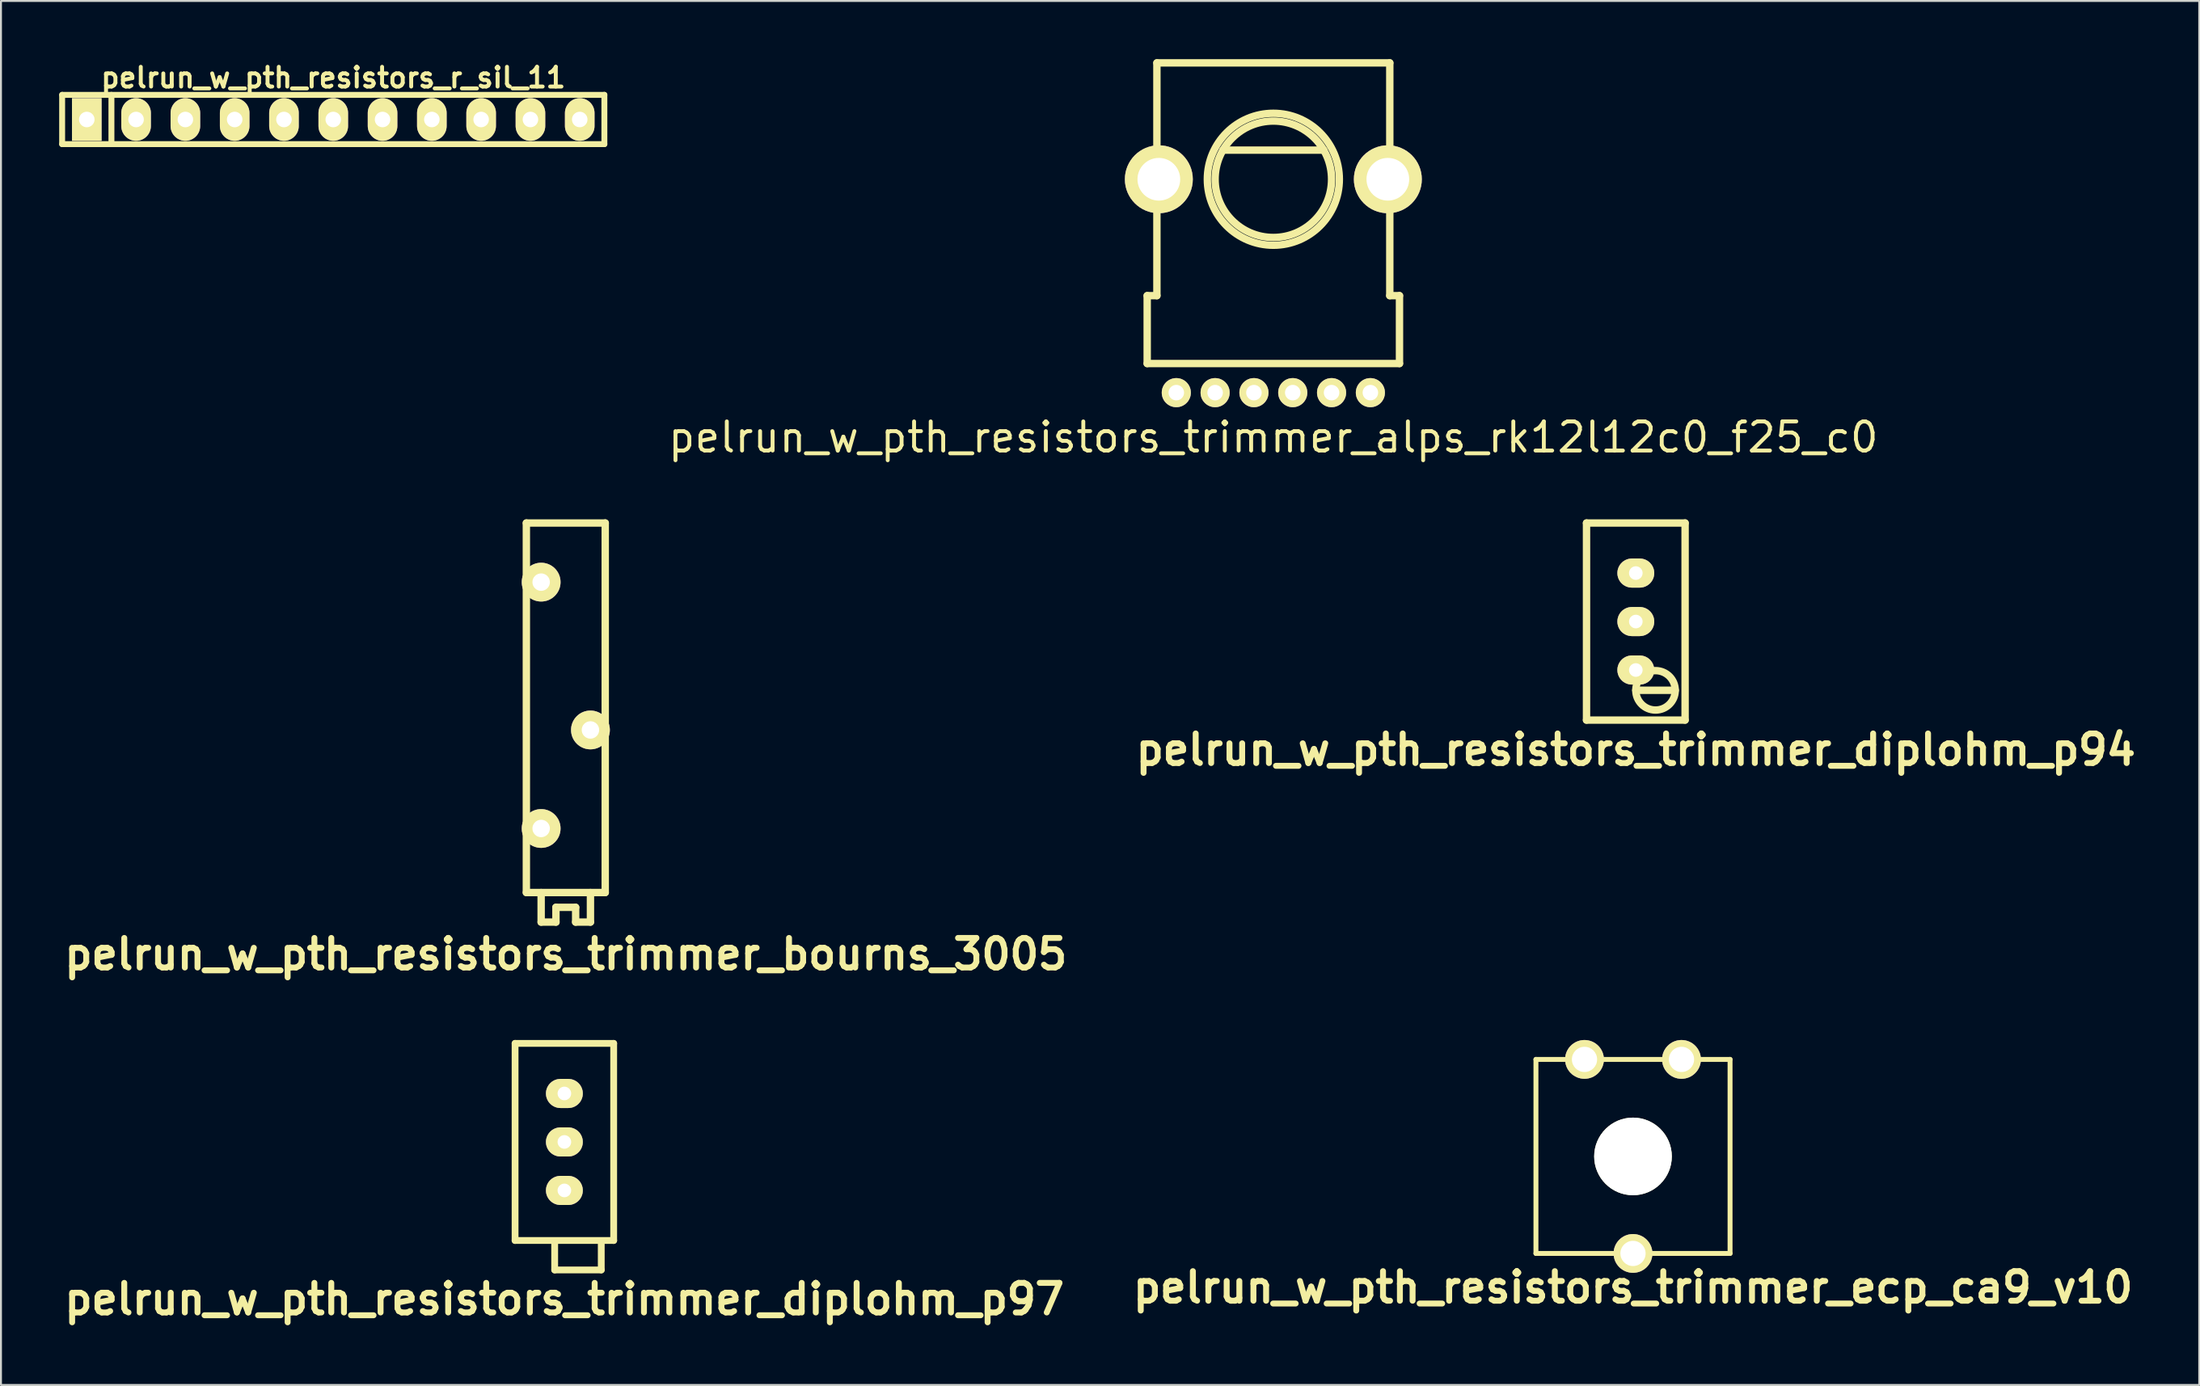
<source format=kicad_pcb>
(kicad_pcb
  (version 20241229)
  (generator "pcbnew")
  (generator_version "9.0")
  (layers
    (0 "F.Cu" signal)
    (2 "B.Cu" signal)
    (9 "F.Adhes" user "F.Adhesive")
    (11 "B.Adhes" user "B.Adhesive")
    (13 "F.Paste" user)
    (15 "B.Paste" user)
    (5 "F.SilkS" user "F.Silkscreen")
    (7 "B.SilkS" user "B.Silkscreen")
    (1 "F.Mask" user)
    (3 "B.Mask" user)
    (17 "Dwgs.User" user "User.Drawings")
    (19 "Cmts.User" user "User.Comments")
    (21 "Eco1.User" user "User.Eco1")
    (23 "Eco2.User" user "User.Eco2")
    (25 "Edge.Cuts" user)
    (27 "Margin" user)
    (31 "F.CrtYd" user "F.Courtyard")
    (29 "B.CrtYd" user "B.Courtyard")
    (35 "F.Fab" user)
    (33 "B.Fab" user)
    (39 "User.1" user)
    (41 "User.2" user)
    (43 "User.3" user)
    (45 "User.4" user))
  (footprint "pelrun_w_pth_resistors_trimmer_alps_rk12l12c0_f25_c0"
    (layer "F.Cu")
    (at 62.562 6.191)
    (property "Reference" "pelrun_w_pth_resistors_trimmer_alps_rk12l12c0_f25_c0" (at 0 13.3 0) (layer "F.SilkS") (effects (font (size 1.501 1.501) (thickness 0.201))))
    (attr through_hole)
    (fp_line (start -6.5 6) (end -6.5 9.5) (stroke (width 0.381) (type solid)) (layer "F.SilkS"))
    (fp_line (start -6.5 9.5) (end 6.5 9.5) (stroke (width 0.381) (type solid)) (layer "F.SilkS"))
    (fp_line (start -6 -6) (end -6 6) (stroke (width 0.381) (type solid)) (layer "F.SilkS"))
    (fp_line (start -6 -6) (end 6 -6) (stroke (width 0.381) (type solid)) (layer "F.SilkS"))
    (fp_line (start -6 6) (end -6.5 6) (stroke (width 0.381) (type solid)) (layer "F.SilkS"))
    (fp_line (start -2.601 -1.501) (end 2.601 -1.501) (stroke (width 0.381) (type solid)) (layer "F.SilkS"))
    (fp_line (start 6 -6) (end 6 6) (stroke (width 0.381) (type solid)) (layer "F.SilkS"))
    (fp_line (start 6.5 6) (end 6 6) (stroke (width 0.381) (type solid)) (layer "F.SilkS"))
    (fp_line (start 6.5 9.5) (end 6.5 6) (stroke (width 0.381) (type solid)) (layer "F.SilkS"))
    (fp_circle (center 0 0) (end -3.401 0) (stroke (width 0.381) (type solid)) (fill no) (layer "F.SilkS"))
    (fp_circle (center 0 0) (end -3 0) (stroke (width 0.381) (type solid)) (fill no) (layer "F.SilkS"))
    (pad "" thru_hole circle (at -5.9 0) (size 3.5 3.5) (drill 2.2) (layers "*.Cu" "*.Mask" "F.SilkS"))
    (pad "" thru_hole circle (at 5.9 0) (size 3.5 3.5) (drill 2.2) (layers "*.Cu" "*.Mask" "F.SilkS"))
    (pad "1" thru_hole oval (at -1 11) (size 1.5 1.5) (drill 0.8) (layers "*.Cu" "*.Mask" "F.SilkS"))
    (pad "2" thru_hole oval (at 1 11) (size 1.5 1.5) (drill 0.8) (layers "*.Cu" "*.Mask" "F.SilkS"))
    (pad "3" thru_hole oval (at 3 11) (size 1.5 1.5) (drill 0.8) (layers "*.Cu" "*.Mask" "F.SilkS"))
    (pad "4" thru_hole oval (at -3 11) (size 1.5 1.5) (drill 0.8) (layers "*.Cu" "*.Mask" "F.SilkS"))
    (pad "5" thru_hole oval (at -5 11) (size 1.5 1.5) (drill 0.8) (layers "*.Cu" "*.Mask" "F.SilkS"))
    (pad "6" thru_hole oval (at 5 11) (size 1.5 1.5) (drill 0.8) (layers "*.Cu" "*.Mask" "F.SilkS")))
  (footprint "pelrun_w_pth_resistors_r_sil_11"
    (layer "F.Cu")
    (at 14.122 3.11)
    (property "Reference" "pelrun_w_pth_resistors_r_sil_11" (at 0 -2.159 0) (layer "F.SilkS") (effects (font (size 1.016 1.016) (thickness 0.203))))
    (attr through_hole)
    (fp_line (start -13.97 -1.27) (end -13.97 1.27) (stroke (width 0.305) (type solid)) (layer "F.SilkS"))
    (fp_line (start -13.97 -1.27) (end 13.97 -1.27) (stroke (width 0.305) (type solid)) (layer "F.SilkS"))
    (fp_line (start -11.43 1.27) (end -11.43 -1.27) (stroke (width 0.305) (type solid)) (layer "F.SilkS"))
    (fp_line (start 13.97 -1.27) (end 13.97 1.27) (stroke (width 0.305) (type solid)) (layer "F.SilkS"))
    (fp_line (start 13.97 1.27) (end -13.97 1.27) (stroke (width 0.305) (type solid)) (layer "F.SilkS"))
    (pad "1" thru_hole rect (at -12.7 0) (size 1.524 2.197) (drill 0.8) (layers "*.Cu" "*.Mask" "F.SilkS"))
    (pad "2" thru_hole oval (at -10.16 0) (size 1.524 2.197) (drill 0.8) (layers "*.Cu" "*.Mask" "F.SilkS"))
    (pad "3" thru_hole oval (at -7.62 0) (size 1.524 2.197) (drill 0.8) (layers "*.Cu" "*.Mask" "F.SilkS"))
    (pad "4" thru_hole oval (at -5.08 0) (size 1.524 2.197) (drill 0.8) (layers "*.Cu" "*.Mask" "F.SilkS"))
    (pad "5" thru_hole oval (at -2.54 0) (size 1.524 2.197) (drill 0.8) (layers "*.Cu" "*.Mask" "F.SilkS"))
    (pad "6" thru_hole oval (at 0 0) (size 1.524 2.197) (drill 0.8) (layers "*.Cu" "*.Mask" "F.SilkS"))
    (pad "7" thru_hole oval (at 2.54 0) (size 1.524 2.197) (drill 0.8) (layers "*.Cu" "*.Mask" "F.SilkS"))
    (pad "8" thru_hole oval (at 5.08 0) (size 1.524 2.197) (drill 0.8) (layers "*.Cu" "*.Mask" "F.SilkS"))
    (pad "9" thru_hole oval (at 7.62 0) (size 1.524 2.197) (drill 0.8) (layers "*.Cu" "*.Mask" "F.SilkS"))
    (pad "10" thru_hole oval (at 10.16 0) (size 1.524 2.197) (drill 0.8) (layers "*.Cu" "*.Mask" "F.SilkS"))
    (pad "11" thru_hole oval (at 12.7 0) (size 1.524 2.197) (drill 0.8) (layers "*.Cu" "*.Mask" "F.SilkS")))
  (footprint "pelrun_w_pth_resistors_trimmer_diplohm_p94"
    (layer "F.Cu")
    (at 81.239 28.991)
    (property "Reference" "pelrun_w_pth_resistors_trimmer_diplohm_p94" (at 0 6.604 0) (layer "F.SilkS") (effects (font (size 1.524 1.524) (thickness 0.305))))
    (attr through_hole)
    (fp_line (start -2.54 5.08) (end -2.54 -5.08) (stroke (width 0.381) (type solid)) (layer "F.SilkS"))
    (fp_line (start 0 3.543) (end 2.032 3.543) (stroke (width 0.381) (type solid)) (layer "F.SilkS"))
    (fp_line (start 2.54 -5.08) (end -2.54 -5.08) (stroke (width 0.381) (type solid)) (layer "F.SilkS"))
    (fp_line (start 2.54 -5.08) (end 2.54 5.08) (stroke (width 0.381) (type solid)) (layer "F.SilkS"))
    (fp_line (start 2.54 5.08) (end -2.54 5.08) (stroke (width 0.381) (type solid)) (layer "F.SilkS"))
    (fp_circle (center 1.016 3.546) (end 2.032 3.546) (stroke (width 0.381) (type solid)) (fill no) (layer "F.SilkS"))
    (pad "1" thru_hole oval (at 0 2.499) (size 1.9 1.501) (drill 0.701) (layers "*.Cu" "*.Mask" "F.SilkS"))
    (pad "2" thru_hole oval (at 0 0) (size 1.9 1.501) (drill 0.701) (layers "*.Cu" "*.Mask" "F.SilkS"))
    (pad "3" thru_hole oval (at 0 -2.499) (size 1.9 1.501) (drill 0.701) (layers "*.Cu" "*.Mask" "F.SilkS")))
  (footprint "pelrun_w_pth_resistors_trimmer_ecp_ca9_v10"
    (layer "F.Cu")
    (at 81.094 56.564)
    (property "Reference" "pelrun_w_pth_resistors_trimmer_ecp_ca9_v10" (at 0 6.749 0) (layer "F.SilkS") (effects (font (size 1.524 1.524) (thickness 0.305))))
    (attr through_hole)
    (fp_line (start -5.001 -5.001) (end -5.001 5.001) (stroke (width 0.254) (type solid)) (layer "F.SilkS"))
    (fp_line (start -5.001 5.001) (end 5.001 5.001) (stroke (width 0.254) (type solid)) (layer "F.SilkS"))
    (fp_line (start -1.001 -0.249) (end -0.5 -0.249) (stroke (width 0.254) (type solid)) (layer "F.SilkS"))
    (fp_line (start -0.5 -1.001) (end 0.5 -1.001) (stroke (width 0.254) (type solid)) (layer "F.SilkS"))
    (fp_line (start -0.5 -0.249) (end -0.5 -1.001) (stroke (width 0.254) (type solid)) (layer "F.SilkS"))
    (fp_line (start -0.5 0.249) (end -1.001 -0.249) (stroke (width 0.254) (type solid)) (layer "F.SilkS"))
    (fp_line (start -0.5 1.001) (end -0.5 0.249) (stroke (width 0.254) (type solid)) (layer "F.SilkS"))
    (fp_line (start 0.5 -1.001) (end 0.5 -0.249) (stroke (width 0.254) (type solid)) (layer "F.SilkS"))
    (fp_line (start 0.5 -0.249) (end 1.001 -0.249) (stroke (width 0.254) (type solid)) (layer "F.SilkS"))
    (fp_line (start 0.5 0.249) (end 0.5 1.001) (stroke (width 0.254) (type solid)) (layer "F.SilkS"))
    (fp_line (start 0.5 1.001) (end -0.5 1.001) (stroke (width 0.254) (type solid)) (layer "F.SilkS"))
    (fp_line (start 1.001 -0.249) (end 0.5 0.249) (stroke (width 0.254) (type solid)) (layer "F.SilkS"))
    (fp_line (start 5.001 -5.001) (end -5.001 -5.001) (stroke (width 0.254) (type solid)) (layer "F.SilkS"))
    (fp_line (start 5.001 5.001) (end 5.001 -5.001) (stroke (width 0.254) (type solid)) (layer "F.SilkS"))
    (fp_circle (center 0 0) (end -1.501 0) (stroke (width 0.254) (type solid)) (fill no) (layer "F.SilkS"))
    (pad "" np_thru_hole circle (at 0 0) (size 4 4) (drill 4) (layers "*.Cu" "*.Mask" "F.SilkS"))
    (pad "1" thru_hole circle (at 2.499 -5.001) (size 1.999 1.999) (drill 1.3) (layers "*.Cu" "*.Mask" "F.SilkS"))
    (pad "2" thru_hole circle (at 0 5.001) (size 1.999 1.999) (drill 1.3) (layers "*.Cu" "*.Mask" "F.SilkS"))
    (pad "3" thru_hole circle (at -2.499 -5.001) (size 1.999 1.999) (drill 1.3) (layers "*.Cu" "*.Mask" "F.SilkS")))
  (footprint "pelrun_w_pth_resistors_trimmer_diplohm_p97"
    (layer "F.Cu")
    (at 26.031 55.818)
    (property "Reference" "pelrun_w_pth_resistors_trimmer_diplohm_p97" (at 0 8.1 0) (layer "F.SilkS") (effects (font (size 1.524 1.524) (thickness 0.305))))
    (attr through_hole)
    (fp_line (start -2.54 5.08) (end -2.54 -5.08) (stroke (width 0.351) (type solid)) (layer "F.SilkS"))
    (fp_line (start -0.5 5.1) (end -0.5 6.599) (stroke (width 0.351) (type solid)) (layer "F.SilkS"))
    (fp_line (start -0.498 6.599) (end 1.9 6.599) (stroke (width 0.351) (type solid)) (layer "F.SilkS"))
    (fp_line (start 1.9 6.599) (end 1.9 5.1) (stroke (width 0.351) (type solid)) (layer "F.SilkS"))
    (fp_line (start 2.54 -5.08) (end -2.54 -5.08) (stroke (width 0.351) (type solid)) (layer "F.SilkS"))
    (fp_line (start 2.54 -5.08) (end 2.54 5.08) (stroke (width 0.351) (type solid)) (layer "F.SilkS"))
    (fp_line (start 2.54 5.08) (end -2.54 5.08) (stroke (width 0.351) (type solid)) (layer "F.SilkS"))
    (pad "1" thru_hole oval (at 0 -2.499) (size 1.9 1.501) (drill 0.701) (layers "*.Cu" "*.Mask" "F.SilkS"))
    (pad "2" thru_hole oval (at 0 0) (size 1.9 1.501) (drill 0.701) (layers "*.Cu" "*.Mask" "F.SilkS"))
    (pad "3" thru_hole oval (at 0 2.499) (size 1.9 1.501) (drill 0.701) (layers "*.Cu" "*.Mask" "F.SilkS")))
  (footprint "pelrun_w_pth_resistors_trimmer_bourns_3005"
    (layer "F.Cu")
    (at 26.104 33.436)
    (property "Reference" "pelrun_w_pth_resistors_trimmer_bourns_3005" (at 0 12.7 0) (layer "F.SilkS") (effects (font (size 1.524 1.524) (thickness 0.305))))
    (attr through_hole)
    (fp_line (start -2.032 -9.525) (end -2.032 9.525) (stroke (width 0.381) (type solid)) (layer "F.SilkS"))
    (fp_line (start -2.032 9.525) (end 2.032 9.525) (stroke (width 0.381) (type solid)) (layer "F.SilkS"))
    (fp_line (start -1.27 9.525) (end -1.27 11.049) (stroke (width 0.381) (type solid)) (layer "F.SilkS"))
    (fp_line (start -0.508 10.287) (end 0.508 10.287) (stroke (width 0.381) (type solid)) (layer "F.SilkS"))
    (fp_line (start -0.508 11.049) (end -1.27 11.049) (stroke (width 0.381) (type solid)) (layer "F.SilkS"))
    (fp_line (start -0.508 11.049) (end -0.508 10.287) (stroke (width 0.381) (type solid)) (layer "F.SilkS"))
    (fp_line (start 0.508 10.287) (end 0.508 11.049) (stroke (width 0.381) (type solid)) (layer "F.SilkS"))
    (fp_line (start 0.508 11.049) (end 1.27 11.049) (stroke (width 0.381) (type solid)) (layer "F.SilkS"))
    (fp_line (start 1.27 11.049) (end 1.27 9.525) (stroke (width 0.381) (type solid)) (layer "F.SilkS"))
    (fp_line (start 2.032 -9.525) (end -2.032 -9.525) (stroke (width 0.381) (type solid)) (layer "F.SilkS"))
    (fp_line (start 2.032 9.525) (end 2.032 -9.525) (stroke (width 0.381) (type solid)) (layer "F.SilkS"))
    (pad "1" thru_hole oval (at -1.27 -6.477) (size 1.999 1.999) (drill 0.899) (layers "*.Cu" "*.Mask" "F.SilkS"))
    (pad "2" thru_hole oval (at 1.27 1.143) (size 1.999 1.999) (drill 0.899) (layers "*.Cu" "*.Mask" "F.SilkS"))
    (pad "3" thru_hole oval (at -1.27 6.223) (size 1.999 1.999) (drill 0.899) (layers "*.Cu" "*.Mask" "F.SilkS")))
  (gr_rect
    (start -3 -3)
    (end 110.271 68.345)
    (stroke (width 0.1) (type default))
    (fill no)
    (layer "Edge.Cuts")))
</source>
